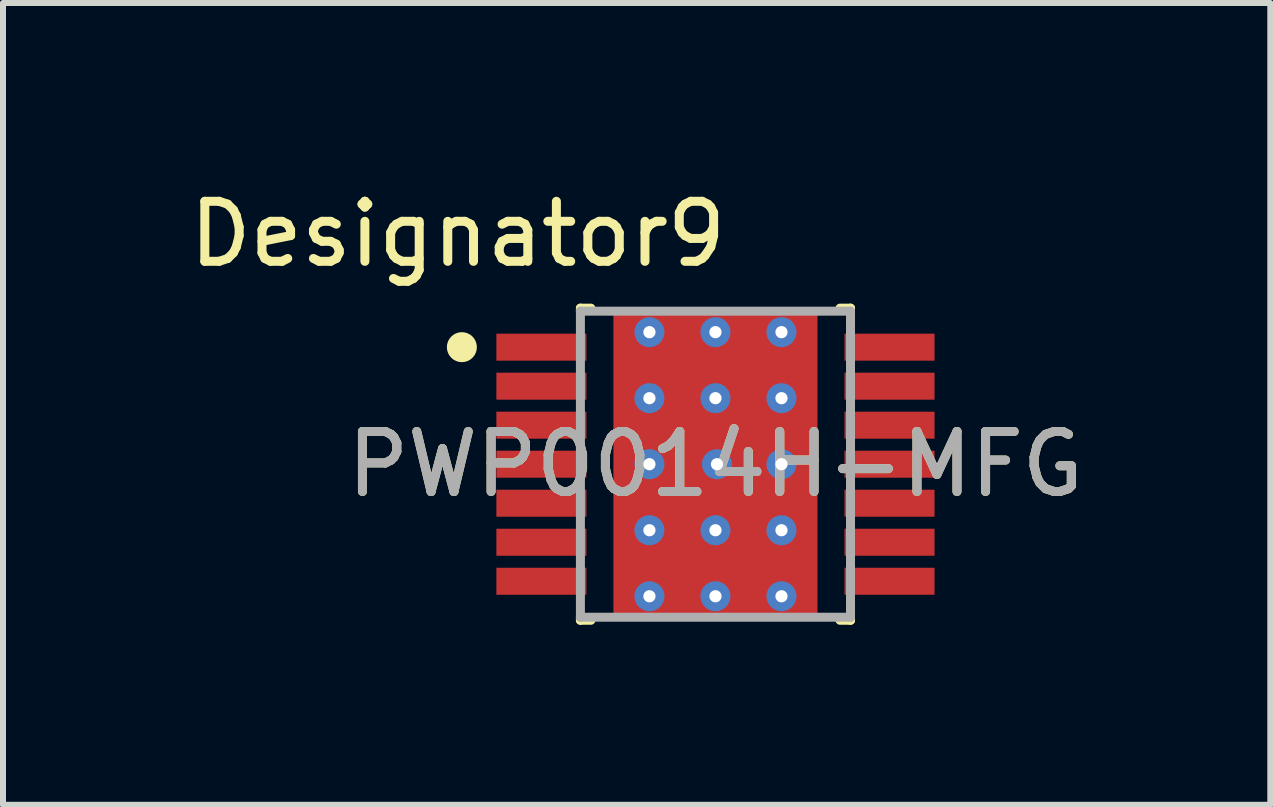
<source format=kicad_pcb>
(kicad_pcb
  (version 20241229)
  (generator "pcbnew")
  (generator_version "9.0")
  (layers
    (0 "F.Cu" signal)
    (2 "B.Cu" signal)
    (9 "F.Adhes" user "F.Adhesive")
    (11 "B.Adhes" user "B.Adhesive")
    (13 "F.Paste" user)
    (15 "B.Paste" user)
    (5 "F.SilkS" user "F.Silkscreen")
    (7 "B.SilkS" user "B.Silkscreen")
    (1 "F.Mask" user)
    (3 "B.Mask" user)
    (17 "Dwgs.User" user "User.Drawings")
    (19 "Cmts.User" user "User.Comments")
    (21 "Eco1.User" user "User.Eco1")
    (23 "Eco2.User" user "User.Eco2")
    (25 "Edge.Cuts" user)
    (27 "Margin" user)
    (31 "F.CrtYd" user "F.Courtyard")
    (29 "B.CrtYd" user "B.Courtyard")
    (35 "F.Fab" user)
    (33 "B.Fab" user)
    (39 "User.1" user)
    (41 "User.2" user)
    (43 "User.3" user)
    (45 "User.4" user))
  (footprint "PWP0014H-MFG"
    (layer "F.Cu")
    (at 8.87 4.684)
    (property "Reference" "PWP0014H-MFG" (at 0 0 0) (unlocked yes) (layer "F.SilkS") (effects (font (size 1 1) (thickness 0.15))))
    (fp_poly (pts (xy 0.91 -1.38) (xy 0.91 1.38) (xy 0.86 1.43) (xy -0.86 1.43) (xy -0.91 1.38) (xy -0.91 -1.38) (xy -0.86 -1.43) (xy 0.86 -1.43)) (stroke (width 0) (type solid)) (fill yes) (layer "F.Mask"))
    (fp_line (start -2.25 -2.6) (end -2.075 -2.6) (stroke (width 0.15) (type solid)) (layer "F.SilkS"))
    (fp_line (start -2.25 -2.55) (end -2.25 -2.6) (stroke (width 0.15) (type solid)) (layer "F.SilkS"))
    (fp_line (start -2.25 2.6) (end -2.25 2.55) (stroke (width 0.15) (type solid)) (layer "F.SilkS"))
    (fp_line (start -2.25 2.6) (end -2.075 2.6) (stroke (width 0.15) (type solid)) (layer "F.SilkS"))
    (fp_line (start 2.075 -2.6) (end 2.25 -2.6) (stroke (width 0.15) (type solid)) (layer "F.SilkS"))
    (fp_line (start 2.075 2.6) (end 2.25 2.6) (stroke (width 0.15) (type solid)) (layer "F.SilkS"))
    (fp_line (start 2.25 -2.55) (end 2.25 -2.6) (stroke (width 0.15) (type solid)) (layer "F.SilkS"))
    (fp_line (start 2.25 2.6) (end 2.25 2.55) (stroke (width 0.15) (type solid)) (layer "F.SilkS"))
    (fp_circle (center -4.225 -1.95) (end -4.1 -1.95) (stroke (width 0.25) (type solid)) (fill no) (layer "F.SilkS"))
    (fp_poly (pts (xy 0.91 -1.38) (xy 0.91 1.38) (xy 0.86 1.43) (xy -0.86 1.43) (xy -0.91 1.38) (xy -0.91 -1.38) (xy -0.86 -1.43) (xy 0.86 -1.43)) (stroke (width 0) (type solid)) (fill yes) (layer "F.Paste"))
    (fp_line (start -2.25 -2.55) (end 2.25 -2.55) (stroke (width 0.15) (type solid)) (layer "F.Fab"))
    (fp_line (start -2.25 2.55) (end -2.25 -2.55) (stroke (width 0.15) (type solid)) (layer "F.Fab"))
    (fp_line (start -2.25 2.55) (end 2.25 2.55) (stroke (width 0.15) (type solid)) (layer "F.Fab"))
    (fp_line (start 2.25 2.55) (end 2.25 -2.55) (stroke (width 0.15) (type solid)) (layer "F.Fab"))
    (fp_text user "Designator9" (at -4.293 -3.835 0) (unlocked yes) (layer "F.SilkS") (effects (font (size 1 1) (thickness 0.15))))
    (fp_text user "${REFERENCE}" (at 0 0 0) (unlocked yes) (layer "F.Fab") (effects (font (size 1 1) (thickness 0.15))))
    (pad "1" smd rect (at -2.9 -1.95) (size 1.5 0.45) (layers "F.Cu" "F.Mask" "F.Paste"))
    (pad "2" smd rect (at -2.9 -1.3) (size 1.5 0.45) (layers "F.Cu" "F.Mask" "F.Paste"))
    (pad "3" smd rect (at -2.9 -0.65) (size 1.5 0.45) (layers "F.Cu" "F.Mask" "F.Paste"))
    (pad "4" smd rect (at -2.9 0) (size 1.5 0.45) (layers "F.Cu" "F.Mask" "F.Paste"))
    (pad "5" smd rect (at -2.9 0.65) (size 1.5 0.45) (layers "F.Cu" "F.Mask" "F.Paste"))
    (pad "6" smd rect (at -2.9 1.3) (size 1.5 0.45) (layers "F.Cu" "F.Mask" "F.Paste"))
    (pad "7" smd rect (at -2.9 1.95) (size 1.5 0.45) (layers "F.Cu" "F.Mask" "F.Paste"))
    (pad "8" smd rect (at 2.9 1.95) (size 1.5 0.45) (layers "F.Cu" "F.Mask" "F.Paste"))
    (pad "9" smd rect (at 2.9 1.3) (size 1.5 0.45) (layers "F.Cu" "F.Mask" "F.Paste"))
    (pad "10" smd rect (at 2.9 0.65) (size 1.5 0.45) (layers "F.Cu" "F.Mask" "F.Paste"))
    (pad "11" smd rect (at 2.9 0) (size 1.5 0.45) (layers "F.Cu" "F.Mask" "F.Paste"))
    (pad "12" smd rect (at 2.9 -0.65) (size 1.5 0.45) (layers "F.Cu" "F.Mask" "F.Paste"))
    (pad "13" smd rect (at 2.9 -1.3) (size 1.5 0.45) (layers "F.Cu" "F.Mask" "F.Paste"))
    (pad "14" smd rect (at 2.9 -1.95) (size 1.5 0.45) (layers "F.Cu" "F.Mask" "F.Paste"))
    (pad "15" smd rect (at 0 0) (size 3.4 5) (layers "F.Cu"))
    (pad "16" thru_hole circle (at 1.1 -2.2) (size 0.5 0.5) (drill 0.203) (layers "*.Cu" "*.Mask"))
    (pad "17" thru_hole circle (at 1.1 -1.1) (size 0.5 0.5) (drill 0.203) (layers "*.Cu" "*.Mask"))
    (pad "18" thru_hole circle (at 1.1 0) (size 0.5 0.5) (drill 0.203) (layers "*.Cu" "*.Mask"))
    (pad "19" thru_hole circle (at 1.1 1.1) (size 0.5 0.5) (drill 0.203) (layers "*.Cu" "*.Mask"))
    (pad "20" thru_hole circle (at 1.1 2.2) (size 0.5 0.5) (drill 0.203) (layers "*.Cu" "*.Mask"))
    (pad "21" thru_hole circle (at -1.1 -2.2) (size 0.5 0.5) (drill 0.203) (layers "*.Cu" "*.Mask"))
    (pad "22" thru_hole circle (at -1.1 -1.1) (size 0.5 0.5) (drill 0.203) (layers "*.Cu" "*.Mask"))
    (pad "23" thru_hole circle (at -1.1 0) (size 0.5 0.5) (drill 0.203) (layers "*.Cu" "*.Mask"))
    (pad "24" thru_hole circle (at -1.1 1.1) (size 0.5 0.5) (drill 0.203) (layers "*.Cu" "*.Mask"))
    (pad "25" thru_hole circle (at -1.1 2.2) (size 0.5 0.5) (drill 0.203) (layers "*.Cu" "*.Mask"))
    (pad "26" thru_hole circle (at 0 -2.2) (size 0.5 0.5) (drill 0.203) (layers "*.Cu" "*.Mask"))
    (pad "27" thru_hole circle (at 0 -1.1) (size 0.5 0.5) (drill 0.203) (layers "*.Cu" "*.Mask"))
    (pad "28" thru_hole circle (at 0.025 0) (size 0.5 0.5) (drill 0.203) (layers "*.Cu" "*.Mask"))
    (pad "29" thru_hole circle (at 0 1.1) (size 0.5 0.5) (drill 0.203) (layers "*.Cu" "*.Mask"))
    (pad "30" thru_hole circle (at 0 2.2) (size 0.5 0.5) (drill 0.203) (layers "*.Cu" "*.Mask")))
  (gr_rect
    (start -3 -3)
    (end 18.114 10.359)
    (stroke (width 0.1) (type default))
    (fill no)
    (layer "Edge.Cuts")))
</source>
